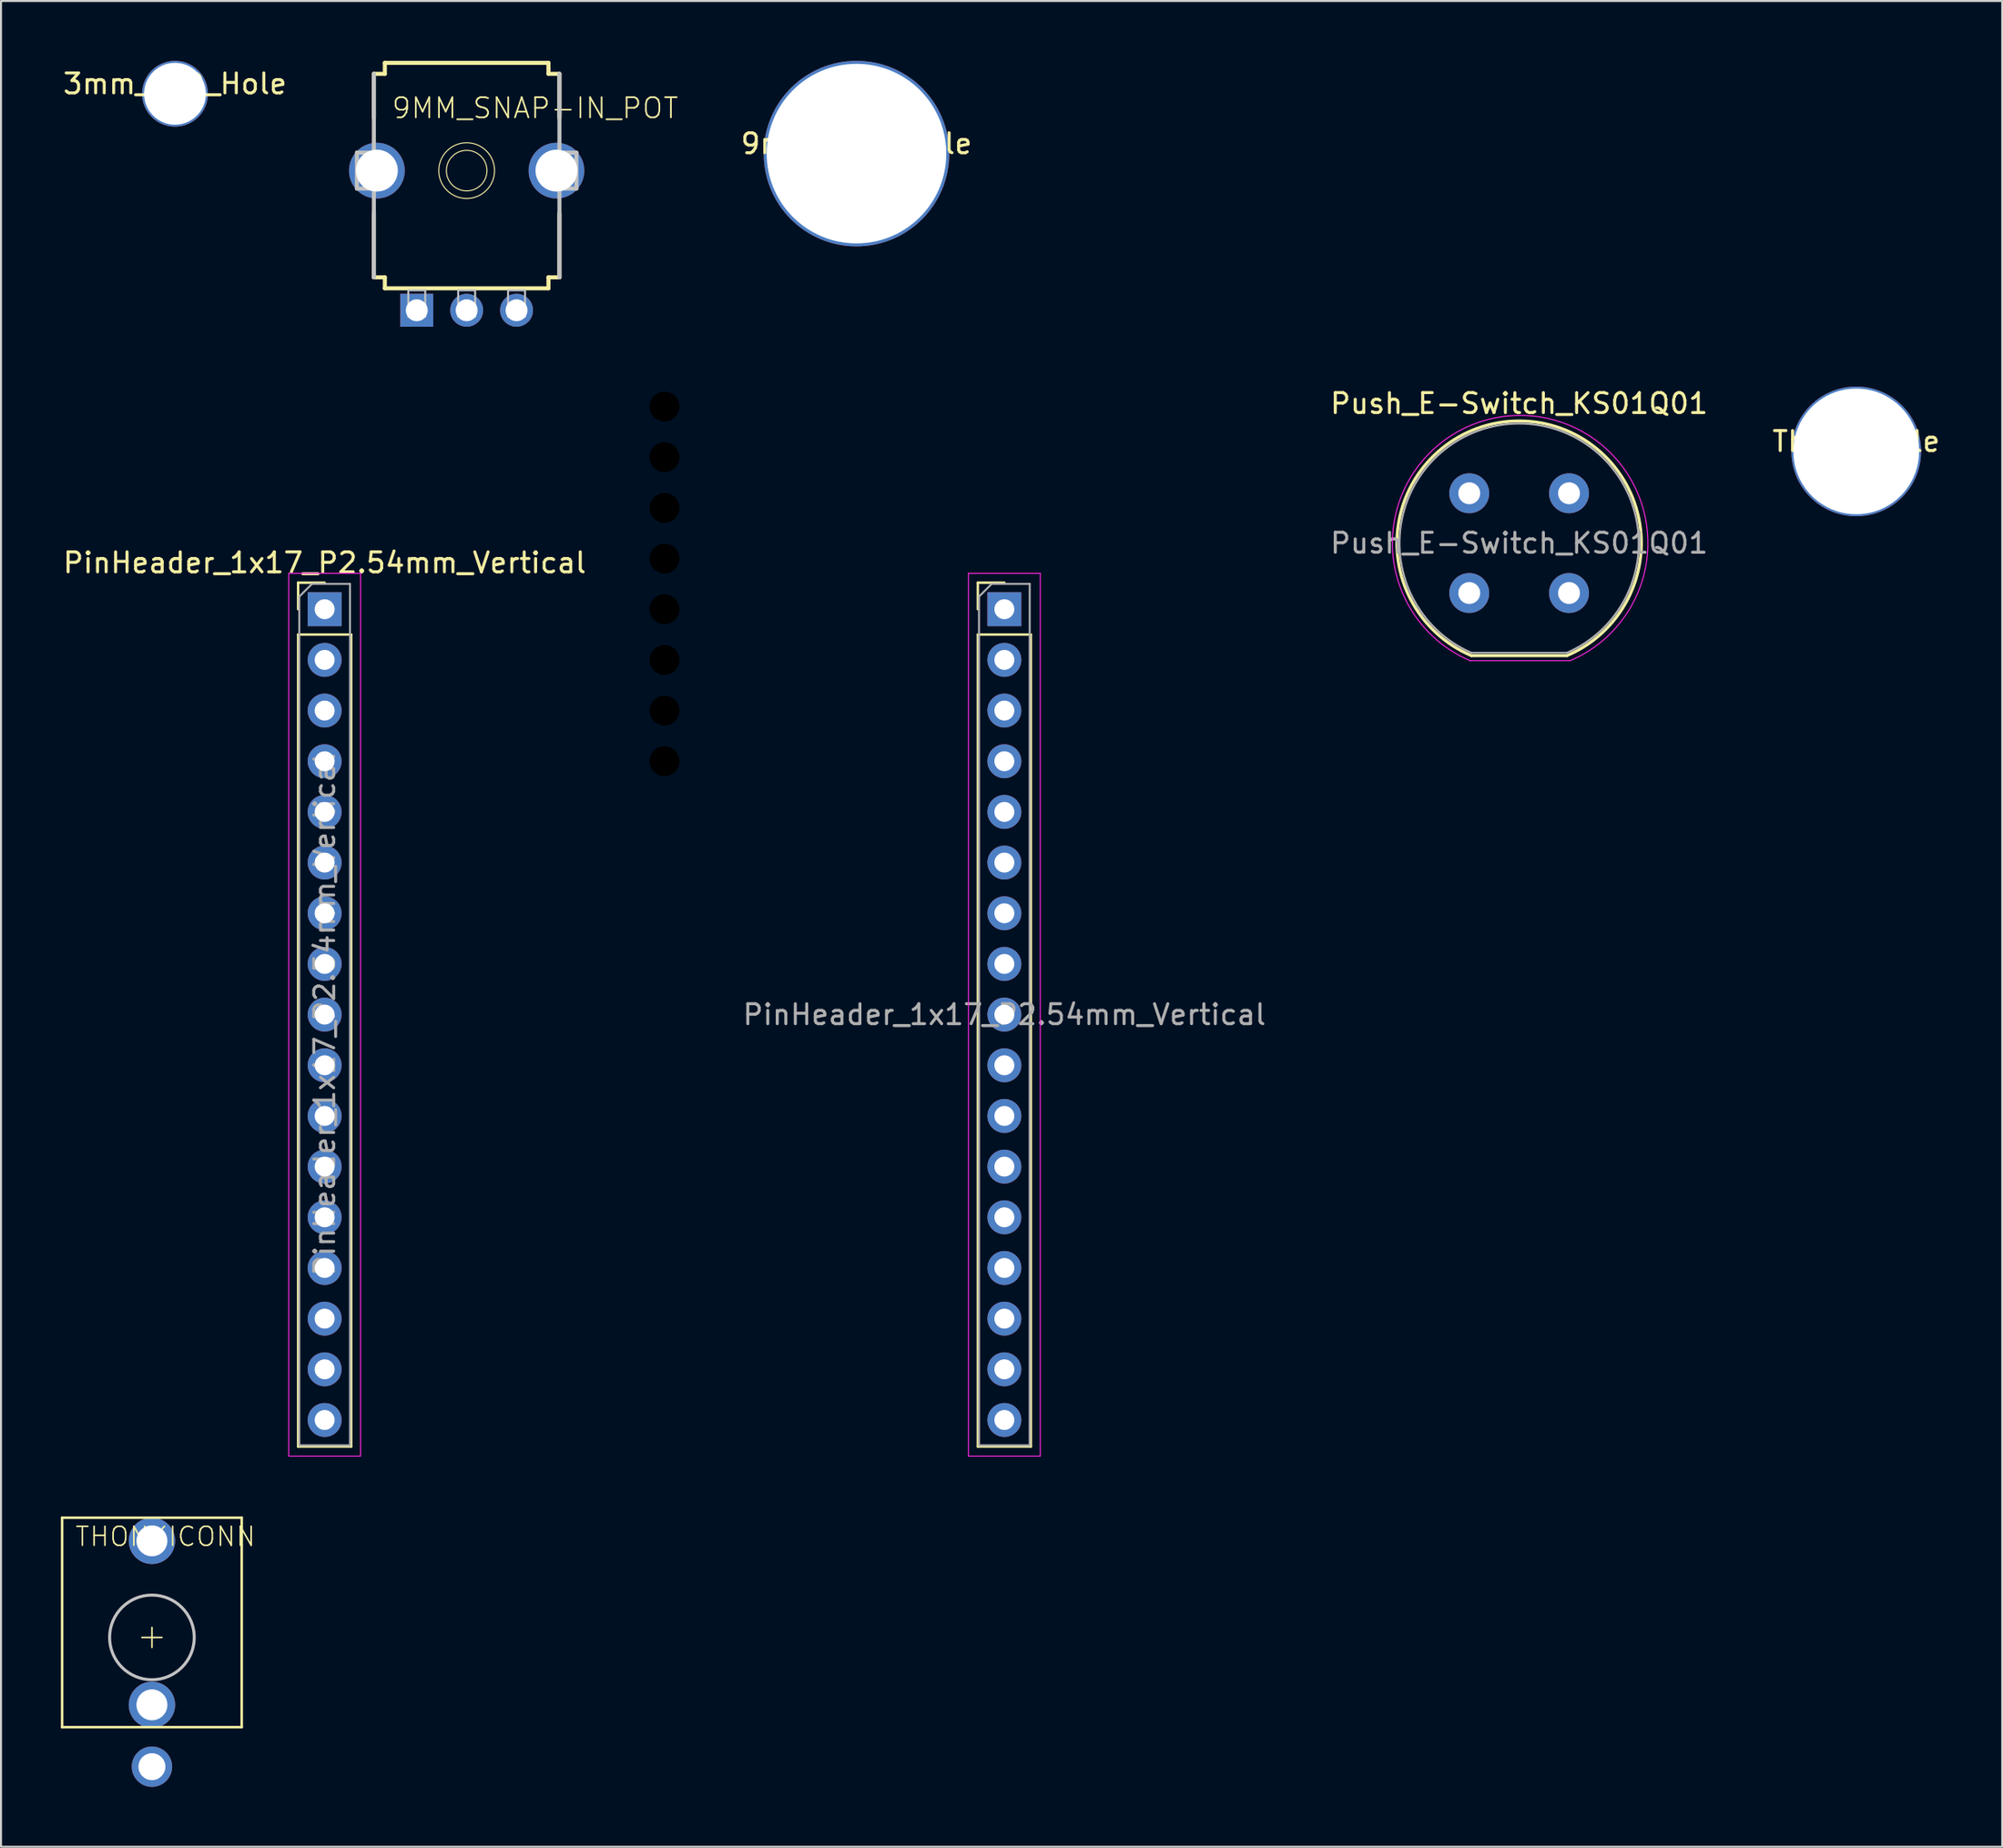
<source format=kicad_pcb>
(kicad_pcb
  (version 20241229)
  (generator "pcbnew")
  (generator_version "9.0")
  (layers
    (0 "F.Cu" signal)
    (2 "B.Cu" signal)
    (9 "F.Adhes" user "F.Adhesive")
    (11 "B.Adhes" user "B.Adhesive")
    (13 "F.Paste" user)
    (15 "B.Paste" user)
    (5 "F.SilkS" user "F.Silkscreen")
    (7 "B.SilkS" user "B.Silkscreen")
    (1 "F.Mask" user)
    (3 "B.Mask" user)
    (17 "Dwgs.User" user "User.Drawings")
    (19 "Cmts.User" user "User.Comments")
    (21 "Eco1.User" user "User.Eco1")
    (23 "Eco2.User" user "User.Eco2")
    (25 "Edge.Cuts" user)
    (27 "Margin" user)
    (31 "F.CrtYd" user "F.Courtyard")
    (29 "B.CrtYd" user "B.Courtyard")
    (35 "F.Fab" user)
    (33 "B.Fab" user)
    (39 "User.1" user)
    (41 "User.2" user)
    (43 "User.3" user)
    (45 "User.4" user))
  (footprint "THONKICONN"
    (layer "F.Cu")
    (at 4.564 79.025)
    (property "Reference" "THONKICONN" (at -3.9 -4.5 0) (layer "F.SilkS") (effects (font (size 0.95 0.95) (thickness 0.08)) (justify left bottom)))
    (attr through_hole)
    (fp_line (start -4.5 -6) (end 4.5 -6) (stroke (width 0.127) (type solid)) (layer "F.SilkS"))
    (fp_line (start -4.5 4.5) (end -4.5 -6) (stroke (width 0.127) (type solid)) (layer "F.SilkS"))
    (fp_line (start -0.5 0) (end 0.5 0) (stroke (width 0.08) (type solid)) (layer "F.SilkS"))
    (fp_line (start 0 -0.5) (end 0 0.5) (stroke (width 0.08) (type solid)) (layer "F.SilkS"))
    (fp_line (start 4.5 -6) (end 4.5 4.5) (stroke (width 0.127) (type solid)) (layer "F.SilkS"))
    (fp_line (start 4.5 4.5) (end -4.5 4.5) (stroke (width 0.127) (type solid)) (layer "F.SilkS"))
    (fp_circle (center 0 0) (end 1.5 1.5) (stroke (width 0.15) (type solid)) (fill no) (layer "Dwgs.User"))
    (pad "R" thru_hole circle (at 0 3.38) (size 2.325 2.325) (drill 1.55) (layers "*.Cu" "*.Mask"))
    (pad "S" thru_hole circle (at 0 6.48) (size 2.025 2.025) (drill 1.35) (layers "*.Cu" "*.Mask"))
    (pad "T" thru_hole circle (at 0 -4.84) (size 2.325 2.325) (drill 1.55) (layers "*.Cu" "*.Mask"))
    (zone (net_name "") (layer "F.Cu") (hatch edge 0.508) (connect_pads) (min_thickness 0.254) (filled_areas_thickness no) (keepout (tracks not_allowed) (vias not_allowed) (pads allowed) (copperpour not_allowed) (footprints allowed)) (placement (enabled no)) (fill) (polygon (pts (xy 6.088 80.549) (xy 3.039 80.549) (xy 3.039 77.501) (xy 6.088 77.501)))))
  (footprint "3mm_LED_Hole"
    (layer "F.Cu")
    (at 5.72 1.65)
    (property "Reference" "3mm_LED_Hole" (at 0 -0.5 0) (unlocked yes) (layer "F.SilkS") (effects (font (size 1 1) (thickness 0.15))))
    (pad "1" thru_hole circle (at 0 0) (size 3.3 3.3) (drill 3.1) (layers "*.Cu" "*.Mask")))
  (footprint "9mm_Tact_Hole"
    (layer "F.Cu")
    (at 39.873 4.65)
    (property "Reference" "9mm_Tact_Hole" (at 0 -0.5 0) (unlocked yes) (layer "F.SilkS") (effects (font (size 1 1) (thickness 0.15))))
    (pad "1" thru_hole circle (at 0 0) (size 9.3 9.3) (drill 9) (layers "*.Cu" "*.Mask")))
  (footprint "9MM_SNAP-IN_POT"
    (layer "F.Cu")
    (at 20.337 5.502)
    (property "Reference" "9MM_SNAP-IN_POT" (at -3.81 -2.54 0) (layer "F.SilkS") (effects (font (size 1.013 1.013) (thickness 0.085)) (justify left bottom)))
    (attr through_hole)
    (fp_line (start -4.65 -2.65) (end -4.65 -4.85) (stroke (width 0.203) (type solid)) (layer "F.SilkS"))
    (fp_line (start -4.65 5.35) (end -4.65 2.15) (stroke (width 0.203) (type solid)) (layer "F.SilkS"))
    (fp_line (start -4.65 5.35) (end -4.1 5.35) (stroke (width 0.203) (type solid)) (layer "F.SilkS"))
    (fp_line (start -4.1 -5.4) (end -4.1 -4.85) (stroke (width 0.203) (type solid)) (layer "F.SilkS"))
    (fp_line (start -4.1 -5.4) (end 4.1 -5.4) (stroke (width 0.203) (type solid)) (layer "F.SilkS"))
    (fp_line (start -4.1 -4.85) (end -4.65 -4.85) (stroke (width 0.203) (type solid)) (layer "F.SilkS"))
    (fp_line (start -4.1 5.35) (end -4.1 5.9) (stroke (width 0.203) (type solid)) (layer "F.SilkS"))
    (fp_line (start 4.1 -4.85) (end 4.1 -5.4) (stroke (width 0.203) (type solid)) (layer "F.SilkS"))
    (fp_line (start 4.1 5.35) (end 4.65 5.35) (stroke (width 0.203) (type solid)) (layer "F.SilkS"))
    (fp_line (start 4.1 5.9) (end -4.1 5.9) (stroke (width 0.203) (type solid)) (layer "F.SilkS"))
    (fp_line (start 4.1 5.9) (end 4.1 5.35) (stroke (width 0.203) (type solid)) (layer "F.SilkS"))
    (fp_line (start 4.65 -4.85) (end 4.1 -4.85) (stroke (width 0.203) (type solid)) (layer "F.SilkS"))
    (fp_line (start 4.65 -4.85) (end 4.65 -2.65) (stroke (width 0.203) (type solid)) (layer "F.SilkS"))
    (fp_line (start 4.65 2.15) (end 4.65 5.35) (stroke (width 0.203) (type solid)) (layer "F.SilkS"))
    (fp_circle (center 0 0) (end 1.016 0) (stroke (width 0.051) (type solid)) (fill no) (layer "F.SilkS"))
    (fp_circle (center 0 0) (end 1.397 0) (stroke (width 0.051) (type solid)) (fill no) (layer "F.SilkS"))
    (fp_line (start -5.5 -0.9) (end -5.5 0.9) (stroke (width 0.203) (type solid)) (layer "Dwgs.User"))
    (fp_line (start -5.5 0.9) (end -4.75 0.9) (stroke (width 0.203) (type solid)) (layer "Dwgs.User"))
    (fp_line (start -4.75 -0.9) (end -5.5 -0.9) (stroke (width 0.203) (type solid)) (layer "Dwgs.User"))
    (fp_line (start -4.65 5.35) (end -4.65 -4.85) (stroke (width 0.203) (type solid)) (layer "Dwgs.User"))
    (fp_line (start 4.65 -4.85) (end 4.65 5.35) (stroke (width 0.203) (type solid)) (layer "Dwgs.User"))
    (fp_line (start 4.75 0.9) (end 5.5 0.9) (stroke (width 0.203) (type solid)) (layer "Dwgs.User"))
    (fp_line (start 5.5 -0.9) (end 4.75 -0.9) (stroke (width 0.203) (type solid)) (layer "Dwgs.User"))
    (fp_line (start 5.5 0.9) (end 5.5 -0.9) (stroke (width 0.203) (type solid)) (layer "Dwgs.User"))
    (fp_poly (pts (xy -2.925 7.325) (xy -2.075 7.325) (xy -2.075 6) (xy -2.925 6)) (stroke (width 0.1) (type solid)) (fill no) (layer "Dwgs.User"))
    (fp_poly (pts (xy -0.425 7.325) (xy 0.425 7.325) (xy 0.425 6) (xy -0.425 6)) (stroke (width 0.1) (type solid)) (fill no) (layer "Dwgs.User"))
    (fp_poly (pts (xy 2.075 7.325) (xy 2.925 7.325) (xy 2.925 6) (xy 2.075 6)) (stroke (width 0.1) (type solid)) (fill no) (layer "Dwgs.User"))
    (pad "1" thru_hole rect (at -2.5 7 270) (size 1.65 1.65) (drill 1.1) (layers "*.Cu" "*.Mask"))
    (pad "2" thru_hole circle (at 0 7 270) (size 1.65 1.65) (drill 1.1) (layers "*.Cu" "*.Mask"))
    (pad "3" thru_hole circle (at 2.5 7 270) (size 1.65 1.65) (drill 1.1) (layers "*.Cu" "*.Mask"))
    (pad "4" thru_hole circle (at -4.5 0 270) (size 2.794 2.794) (drill 2.1) (layers "*.Cu" "*.Mask"))
    (pad "4" thru_hole circle (at 4.5 0 270) (size 2.794 2.794) (drill 2.1) (layers "*.Cu" "*.Mask")))
  (footprint "Thonk_Hole"
    (layer "F.Cu")
    (at 89.975 19.577)
    (property "Reference" "Thonk_Hole" (at 0 -0.5 0) (unlocked yes) (layer "F.SilkS") (effects (font (size 1 1) (thickness 0.15))))
    (pad "1" thru_hole circle (at 0 0) (size 6.5 6.5) (drill 6.3) (layers "*.Cu" "*.Mask")))
  (footprint "PinHeader_1x17_P2.54mm_Vertical"
    (layer "F.Cu")
    (at 13.22 27.487)
    (property "Reference" "PinHeader_1x17_P2.54mm_Vertical" (at 0 -2.33 0) (layer "F.SilkS") (effects (font (size 1 1) (thickness 0.15))))
    (attr through_hole)
    (fp_line (start -1.33 -1.33) (end 0 -1.33) (stroke (width 0.12) (type solid)) (layer "F.SilkS"))
    (fp_line (start -1.33 0) (end -1.33 -1.33) (stroke (width 0.12) (type solid)) (layer "F.SilkS"))
    (fp_line (start -1.33 1.27) (end -1.33 41.97) (stroke (width 0.12) (type solid)) (layer "F.SilkS"))
    (fp_line (start -1.33 1.27) (end 1.33 1.27) (stroke (width 0.12) (type solid)) (layer "F.SilkS"))
    (fp_line (start -1.33 41.97) (end 1.33 41.97) (stroke (width 0.12) (type solid)) (layer "F.SilkS"))
    (fp_line (start 1.33 1.27) (end 1.33 41.97) (stroke (width 0.12) (type solid)) (layer "F.SilkS"))
    (fp_line (start 32.734 -1.33) (end 34.064 -1.33) (stroke (width 0.12) (type solid)) (layer "F.SilkS"))
    (fp_line (start 32.734 0) (end 32.734 -1.33) (stroke (width 0.12) (type solid)) (layer "F.SilkS"))
    (fp_line (start 32.734 1.27) (end 32.734 41.97) (stroke (width 0.12) (type solid)) (layer "F.SilkS"))
    (fp_line (start 32.734 1.27) (end 35.394 1.27) (stroke (width 0.12) (type solid)) (layer "F.SilkS"))
    (fp_line (start 32.734 41.97) (end 35.394 41.97) (stroke (width 0.12) (type solid)) (layer "F.SilkS"))
    (fp_line (start 35.394 1.27) (end 35.394 41.97) (stroke (width 0.12) (type solid)) (layer "F.SilkS"))
    (fp_line (start -1.8 -1.8) (end -1.8 42.45) (stroke (width 0.05) (type solid)) (layer "F.CrtYd"))
    (fp_line (start -1.8 42.45) (end 1.8 42.45) (stroke (width 0.05) (type solid)) (layer "F.CrtYd"))
    (fp_line (start 1.8 -1.8) (end -1.8 -1.8) (stroke (width 0.05) (type solid)) (layer "F.CrtYd"))
    (fp_line (start 1.8 42.45) (end 1.8 -1.8) (stroke (width 0.05) (type solid)) (layer "F.CrtYd"))
    (fp_line (start 32.264 -1.8) (end 32.264 42.45) (stroke (width 0.05) (type solid)) (layer "F.CrtYd"))
    (fp_line (start 32.264 42.45) (end 35.864 42.45) (stroke (width 0.05) (type solid)) (layer "F.CrtYd"))
    (fp_line (start 35.864 -1.8) (end 32.264 -1.8) (stroke (width 0.05) (type solid)) (layer "F.CrtYd"))
    (fp_line (start 35.864 42.45) (end 35.864 -1.8) (stroke (width 0.05) (type solid)) (layer "F.CrtYd"))
    (fp_line (start -1.27 -0.635) (end -0.635 -1.27) (stroke (width 0.1) (type solid)) (layer "F.Fab"))
    (fp_line (start -1.27 41.91) (end -1.27 -0.635) (stroke (width 0.1) (type solid)) (layer "F.Fab"))
    (fp_line (start -0.635 -1.27) (end 1.27 -1.27) (stroke (width 0.1) (type solid)) (layer "F.Fab"))
    (fp_line (start 1.27 -1.27) (end 1.27 41.91) (stroke (width 0.1) (type solid)) (layer "F.Fab"))
    (fp_line (start 1.27 41.91) (end -1.27 41.91) (stroke (width 0.1) (type solid)) (layer "F.Fab"))
    (fp_line (start 32.794 -0.635) (end 33.429 -1.27) (stroke (width 0.1) (type solid)) (layer "F.Fab"))
    (fp_line (start 32.794 41.91) (end 32.794 -0.635) (stroke (width 0.1) (type solid)) (layer "F.Fab"))
    (fp_line (start 33.429 -1.27) (end 35.334 -1.27) (stroke (width 0.1) (type solid)) (layer "F.Fab"))
    (fp_line (start 35.334 -1.27) (end 35.334 41.91) (stroke (width 0.1) (type solid)) (layer "F.Fab"))
    (fp_line (start 35.334 41.91) (end 32.794 41.91) (stroke (width 0.1) (type solid)) (layer "F.Fab"))
    (fp_text user "${REFERENCE}" (at 34.064 20.32 0) (layer "F.Fab") (effects (font (size 1 1) (thickness 0.15))))
    (fp_text user "${REFERENCE}" (at 0 20.32 90) (layer "F.Fab") (effects (font (size 1 1) (thickness 0.15))))
    (pad "" np_thru_hole circle (at 17.032 -10.16) (size 2 2) (drill 1.5) (layers "*.Mask"))
    (pad "" np_thru_hole circle (at 17.032 -7.62) (size 2 2) (drill 1.5) (layers "*.Mask"))
    (pad "" np_thru_hole circle (at 17.032 -5.08) (size 2 2) (drill 1.5) (layers "*.Mask"))
    (pad "" np_thru_hole circle (at 17.032 -2.54) (size 2 2) (drill 1.5) (layers "*.Mask"))
    (pad "" np_thru_hole circle (at 17.032 0) (size 2 2) (drill 1.5) (layers "*.Mask"))
    (pad "" np_thru_hole circle (at 17.032 2.54) (size 2 2) (drill 1.5) (layers "*.Mask"))
    (pad "" np_thru_hole circle (at 17.032 5.08) (size 2 2) (drill 1.5) (layers "*.Mask"))
    (pad "" np_thru_hole circle (at 17.032 7.62) (size 2 2) (drill 1.5) (layers "*.Mask"))
    (pad "1" thru_hole rect (at 0 0) (size 1.7 1.7) (drill 1) (layers "*.Cu" "*.Mask"))
    (pad "1" thru_hole rect (at 34.064 0) (size 1.7 1.7) (drill 1) (layers "*.Cu" "*.Mask"))
    (pad "2" thru_hole oval (at 0 2.54) (size 1.7 1.7) (drill 1) (layers "*.Cu" "*.Mask"))
    (pad "2" thru_hole oval (at 34.064 2.54) (size 1.7 1.7) (drill 1) (layers "*.Cu" "*.Mask"))
    (pad "3" thru_hole oval (at 0 5.08) (size 1.7 1.7) (drill 1) (layers "*.Cu" "*.Mask"))
    (pad "3" thru_hole oval (at 34.064 5.08) (size 1.7 1.7) (drill 1) (layers "*.Cu" "*.Mask"))
    (pad "4" thru_hole oval (at 0 7.62) (size 1.7 1.7) (drill 1) (layers "*.Cu" "*.Mask"))
    (pad "4" thru_hole oval (at 34.064 7.62) (size 1.7 1.7) (drill 1) (layers "*.Cu" "*.Mask"))
    (pad "5" thru_hole oval (at 0 10.16) (size 1.7 1.7) (drill 1) (layers "*.Cu" "*.Mask"))
    (pad "5" thru_hole oval (at 34.064 10.16) (size 1.7 1.7) (drill 1) (layers "*.Cu" "*.Mask"))
    (pad "6" thru_hole oval (at 0 12.7) (size 1.7 1.7) (drill 1) (layers "*.Cu" "*.Mask"))
    (pad "6" thru_hole oval (at 34.064 12.7) (size 1.7 1.7) (drill 1) (layers "*.Cu" "*.Mask"))
    (pad "7" thru_hole oval (at 0 15.24) (size 1.7 1.7) (drill 1) (layers "*.Cu" "*.Mask"))
    (pad "7" thru_hole oval (at 34.064 15.24) (size 1.7 1.7) (drill 1) (layers "*.Cu" "*.Mask"))
    (pad "8" thru_hole oval (at 0 17.78) (size 1.7 1.7) (drill 1) (layers "*.Cu" "*.Mask"))
    (pad "8" thru_hole oval (at 34.064 17.78) (size 1.7 1.7) (drill 1) (layers "*.Cu" "*.Mask"))
    (pad "9" thru_hole oval (at 0 20.32) (size 1.7 1.7) (drill 1) (layers "*.Cu" "*.Mask"))
    (pad "9" thru_hole oval (at 34.064 20.32) (size 1.7 1.7) (drill 1) (layers "*.Cu" "*.Mask"))
    (pad "10" thru_hole oval (at 0 22.86) (size 1.7 1.7) (drill 1) (layers "*.Cu" "*.Mask"))
    (pad "10" thru_hole oval (at 34.064 22.86) (size 1.7 1.7) (drill 1) (layers "*.Cu" "*.Mask"))
    (pad "11" thru_hole oval (at 0 25.4) (size 1.7 1.7) (drill 1) (layers "*.Cu" "*.Mask"))
    (pad "11" thru_hole oval (at 34.064 25.4) (size 1.7 1.7) (drill 1) (layers "*.Cu" "*.Mask"))
    (pad "12" thru_hole oval (at 0 27.94) (size 1.7 1.7) (drill 1) (layers "*.Cu" "*.Mask"))
    (pad "12" thru_hole oval (at 34.064 27.94) (size 1.7 1.7) (drill 1) (layers "*.Cu" "*.Mask"))
    (pad "13" thru_hole oval (at 0 30.48) (size 1.7 1.7) (drill 1) (layers "*.Cu" "*.Mask"))
    (pad "13" thru_hole oval (at 34.064 30.48) (size 1.7 1.7) (drill 1) (layers "*.Cu" "*.Mask"))
    (pad "14" thru_hole oval (at 0 33.02) (size 1.7 1.7) (drill 1) (layers "*.Cu" "*.Mask"))
    (pad "14" thru_hole oval (at 34.064 33.02) (size 1.7 1.7) (drill 1) (layers "*.Cu" "*.Mask"))
    (pad "15" thru_hole oval (at 0 35.56) (size 1.7 1.7) (drill 1) (layers "*.Cu" "*.Mask"))
    (pad "15" thru_hole oval (at 34.064 35.56) (size 1.7 1.7) (drill 1) (layers "*.Cu" "*.Mask"))
    (pad "16" thru_hole oval (at 0 38.1) (size 1.7 1.7) (drill 1) (layers "*.Cu" "*.Mask"))
    (pad "16" thru_hole oval (at 34.064 38.1) (size 1.7 1.7) (drill 1) (layers "*.Cu" "*.Mask"))
    (pad "17" thru_hole oval (at 0 40.64) (size 1.7 1.7) (drill 1) (layers "*.Cu" "*.Mask"))
    (pad "17" thru_hole oval (at 34.064 40.64) (size 1.7 1.7) (drill 1) (layers "*.Cu" "*.Mask")))
  (footprint "Push_E-Switch_KS01Q01"
    (layer "F.Cu")
    (at 73.082 24.175)
    (property "Reference" "Push_E-Switch_KS01Q01" (at 0 -7 0) (layer "F.SilkS") (effects (font (size 1 1) (thickness 0.15))))
    (attr through_hole)
    (fp_line (start 2.39 5.64) (end -2.39 5.64) (stroke (width 0.15) (type solid)) (layer "F.SilkS"))
    (fp_arc (start -2.39 5.64) (mid -0.003717 -6.125495) (end 2.396843 5.637095) (stroke (width 0.15) (type solid)) (layer "F.SilkS"))
    (fp_line (start -2.46 5.89) (end 2.56 5.89) (stroke (width 0.05) (type solid)) (layer "F.CrtYd"))
    (fp_arc (start -2.46 5.89) (mid 0.05 -6.402515) (end 2.56 5.89) (stroke (width 0.05) (type solid)) (layer "F.CrtYd"))
    (fp_line (start -2.39 5.5) (end 2.39 5.5) (stroke (width 0.1) (type solid)) (layer "F.Fab"))
    (fp_arc (start -2.39 5.5) (mid -0.001346 -5.996841) (end 2.392469 5.498926) (stroke (width 0.1) (type solid)) (layer "F.Fab"))
    (fp_text user "${REFERENCE}" (at 0 0 0) (layer "F.Fab") (effects (font (size 1 1) (thickness 0.15))))
    (pad "1" thru_hole circle (at -2.5 -2.5) (size 2 2) (drill 1.1) (layers "*.Cu" "*.Mask"))
    (pad "2" thru_hole circle (at 2.5 -2.5) (size 2 2) (drill 1.1) (layers "*.Cu" "*.Mask"))
    (pad "3" thru_hole circle (at -2.5 2.5) (size 2 2) (drill 1.1) (layers "*.Cu" "*.Mask"))
    (pad "4" thru_hole circle (at 2.5 2.5) (size 2 2) (drill 1.1) (layers "*.Cu" "*.Mask")))
  (gr_rect
    (start -3 -3)
    (end 97.29 89.518)
    (stroke (width 0.1) (type default))
    (fill no)
    (layer "Edge.Cuts")))
</source>
